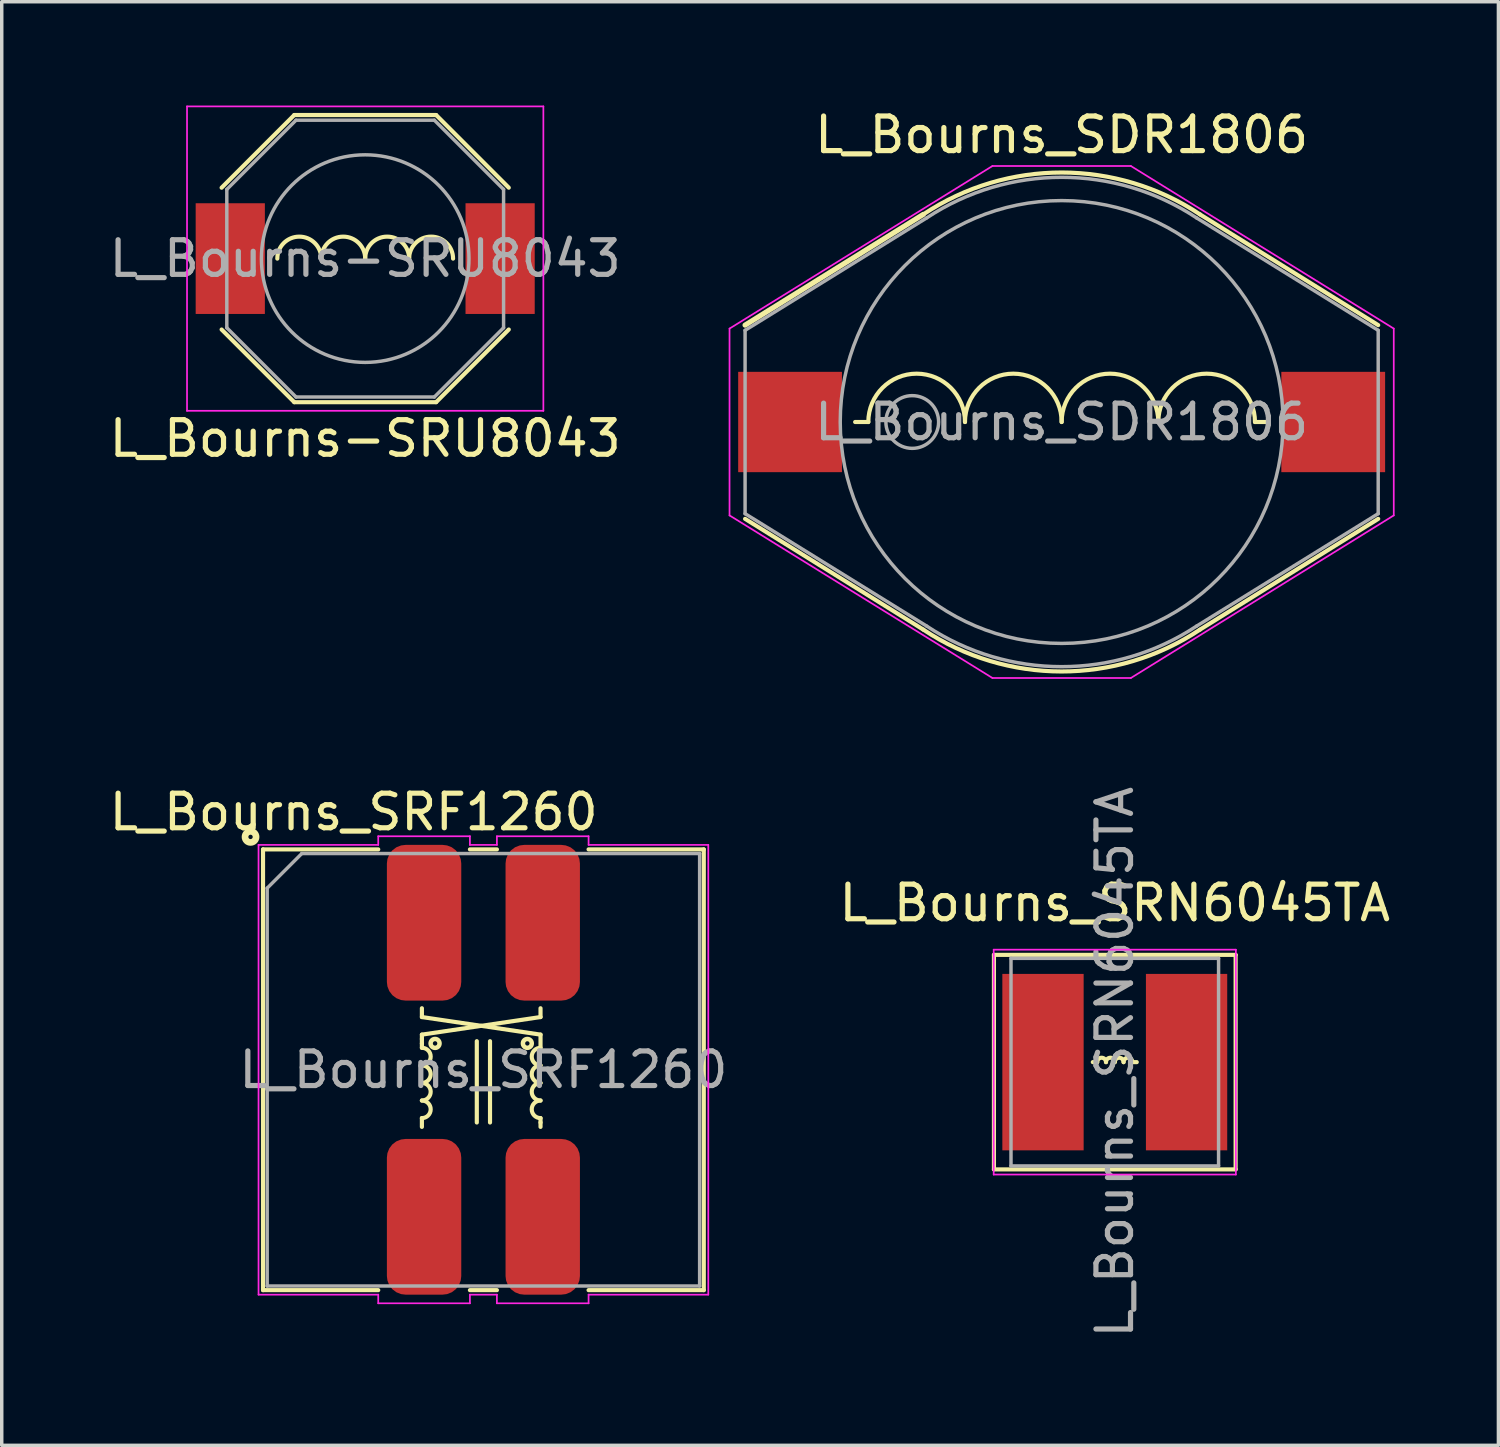
<source format=kicad_pcb>
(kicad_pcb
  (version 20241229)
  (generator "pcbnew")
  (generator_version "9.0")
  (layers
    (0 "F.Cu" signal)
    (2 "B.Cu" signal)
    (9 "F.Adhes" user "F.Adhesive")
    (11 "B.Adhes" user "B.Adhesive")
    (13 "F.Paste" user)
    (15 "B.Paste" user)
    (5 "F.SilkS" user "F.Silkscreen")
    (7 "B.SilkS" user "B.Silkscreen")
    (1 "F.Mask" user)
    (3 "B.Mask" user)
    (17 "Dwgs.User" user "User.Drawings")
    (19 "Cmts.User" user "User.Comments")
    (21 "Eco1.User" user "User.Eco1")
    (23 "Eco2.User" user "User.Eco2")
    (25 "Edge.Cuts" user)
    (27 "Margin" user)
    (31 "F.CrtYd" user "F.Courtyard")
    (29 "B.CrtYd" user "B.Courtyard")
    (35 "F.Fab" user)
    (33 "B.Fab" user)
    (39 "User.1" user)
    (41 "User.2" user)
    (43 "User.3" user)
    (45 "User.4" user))
  (footprint "L_Bourns_SDR1806"
    (layer "F.Cu")
    (at 27.637 9.148)
    (property "Reference" "L_Bourns_SDR1806" (at 0 -8.3 0) (layer "F.SilkS") (effects (font (size 1 1) (thickness 0.15))))
    (attr smd)
    (fp_line (start -9.15 -2.8) (end -4 -6) (stroke (width 0.15) (type solid)) (layer "F.SilkS"))
    (fp_line (start -5.588 0) (end -5.969 0) (stroke (width 0.12) (type solid)) (layer "F.SilkS"))
    (fp_line (start -4 6) (end -9.15 2.8) (stroke (width 0.12) (type solid)) (layer "F.SilkS"))
    (fp_line (start 4 -6) (end 9.15 -2.8) (stroke (width 0.12) (type solid)) (layer "F.SilkS"))
    (fp_line (start 5.588 0) (end 5.969 0) (stroke (width 0.12) (type solid)) (layer "F.SilkS"))
    (fp_line (start 9.15 2.8) (end 4 6) (stroke (width 0.12) (type solid)) (layer "F.SilkS"))
    (fp_arc (start -5.588 0) (mid -4.191 -1.397) (end -2.794 0) (stroke (width 0.12) (type solid)) (layer "F.SilkS"))
    (fp_arc (start -3.991604 -6.005589) (mid 0.005043 -7.211101) (end 4 -6) (stroke (width 0.12) (type solid)) (layer "F.SilkS"))
    (fp_arc (start -2.794 0) (mid -1.397 -1.397) (end 0 0) (stroke (width 0.12) (type solid)) (layer "F.SilkS"))
    (fp_arc (start 0 0) (mid 1.397 -1.397) (end 2.794 0) (stroke (width 0.12) (type solid)) (layer "F.SilkS"))
    (fp_arc (start 2.794 0) (mid 4.191 -1.397) (end 5.588 0) (stroke (width 0.12) (type solid)) (layer "F.SilkS"))
    (fp_arc (start 3.991604 6.005589) (mid -0.005043 7.211101) (end -4 6) (stroke (width 0.12) (type solid)) (layer "F.SilkS"))
    (fp_line (start -9.6 2.7) (end -9.6 -2.7) (stroke (width 0.05) (type solid)) (layer "F.CrtYd"))
    (fp_line (start -9.6 2.7) (end -2 7.4) (stroke (width 0.05) (type solid)) (layer "F.CrtYd"))
    (fp_line (start -2 -7.4) (end -9.6 -2.7) (stroke (width 0.05) (type solid)) (layer "F.CrtYd"))
    (fp_line (start -2 -7.4) (end 2 -7.4) (stroke (width 0.05) (type solid)) (layer "F.CrtYd"))
    (fp_line (start 2 7.4) (end -2 7.4) (stroke (width 0.05) (type solid)) (layer "F.CrtYd"))
    (fp_line (start 2 7.4) (end 9.6 2.7) (stroke (width 0.05) (type solid)) (layer "F.CrtYd"))
    (fp_line (start 9.6 -2.7) (end 2 -7.4) (stroke (width 0.05) (type solid)) (layer "F.CrtYd"))
    (fp_line (start 9.6 -2.7) (end 9.6 2.7) (stroke (width 0.05) (type solid)) (layer "F.CrtYd"))
    (fp_line (start -9.15 -2.65) (end -9.15 2.65) (stroke (width 0.1) (type solid)) (layer "F.Fab"))
    (fp_line (start -9.15 -2.65) (end -3.9 -5.9) (stroke (width 0.1) (type solid)) (layer "F.Fab"))
    (fp_line (start -3.9 5.9) (end -9.15 2.65) (stroke (width 0.1) (type solid)) (layer "F.Fab"))
    (fp_line (start 3.9 -5.9) (end 9.15 -2.65) (stroke (width 0.1) (type solid)) (layer "F.Fab"))
    (fp_line (start 9.15 2.65) (end 3.9 5.9) (stroke (width 0.1) (type solid)) (layer "F.Fab"))
    (fp_line (start 9.15 2.65) (end 9.15 -2.65) (stroke (width 0.1) (type solid)) (layer "F.Fab"))
    (fp_arc (start -3.896832 -5.902093) (mid 0.001898 -7.072482) (end 3.9 -5.9) (stroke (width 0.1) (type solid)) (layer "F.Fab"))
    (fp_arc (start 3.896832 5.902093) (mid -0.001898 7.072482) (end -3.9 5.9) (stroke (width 0.1) (type solid)) (layer "F.Fab"))
    (fp_circle (center -4.318 0) (end -4.318 -0.762) (stroke (width 0.1) (type solid)) (fill no) (layer "F.Fab"))
    (fp_circle (center 0 0) (end 0 -6.4) (stroke (width 0.1) (type solid)) (fill no) (layer "F.Fab"))
    (fp_text user "${REFERENCE}" (at 0 0 0) (layer "F.Fab") (effects (font (size 1 1) (thickness 0.15))))
    (pad "1" smd rect (at -7.85 0) (size 3 2.9) (layers "F.Cu" "F.Mask" "F.Paste"))
    (pad "2" smd rect (at 7.85 0 180) (size 3 2.9) (layers "F.Cu" "F.Mask" "F.Paste")))
  (footprint "L_Bourns_SRF1260"
    (layer "F.Cu")
    (at 10.923 27.872)
    (property "Reference" "L_Bourns_SRF1260" (at -3.75 -7.45 0) (layer "F.SilkS") (effects (font (size 1 1) (thickness 0.15))))
    (attr smd)
    (fp_line (start -6.37 -6.37) (end -6.37 6.37) (stroke (width 0.12) (type solid)) (layer "F.SilkS"))
    (fp_line (start -6.37 -6.37) (end -3.04 -6.37) (stroke (width 0.12) (type solid)) (layer "F.SilkS"))
    (fp_line (start -6.37 6.37) (end -3.04 6.37) (stroke (width 0.12) (type solid)) (layer "F.SilkS"))
    (fp_line (start -1.778 -1.778) (end -1.778 -1.524) (stroke (width 0.12) (type solid)) (layer "F.SilkS"))
    (fp_line (start -1.778 -1.524) (end 1.651 -1.016) (stroke (width 0.12) (type solid)) (layer "F.SilkS"))
    (fp_line (start -1.778 -1.016) (end 1.651 -1.524) (stroke (width 0.12) (type solid)) (layer "F.SilkS"))
    (fp_line (start -1.778 -0.889) (end -1.778 -1.016) (stroke (width 0.12) (type solid)) (layer "F.SilkS"))
    (fp_line (start -1.778 -0.762) (end -1.778 -0.889) (stroke (width 0.12) (type solid)) (layer "F.SilkS"))
    (fp_line (start -1.778 -0.635) (end -1.778 -0.762) (stroke (width 0.12) (type solid)) (layer "F.SilkS"))
    (fp_line (start -1.778 1.397) (end -1.778 1.651) (stroke (width 0.12) (type solid)) (layer "F.SilkS"))
    (fp_line (start -0.39 -6.37) (end 0.39 -6.37) (stroke (width 0.12) (type solid)) (layer "F.SilkS"))
    (fp_line (start -0.39 6.37) (end 0.39 6.37) (stroke (width 0.12) (type solid)) (layer "F.SilkS"))
    (fp_line (start -0.191 -0.826) (end -0.191 1.524) (stroke (width 0.12) (type solid)) (layer "F.SilkS"))
    (fp_line (start 0.191 -0.826) (end 0.191 1.524) (stroke (width 0.12) (type solid)) (layer "F.SilkS"))
    (fp_line (start 1.651 -1.778) (end 1.651 -1.524) (stroke (width 0.12) (type solid)) (layer "F.SilkS"))
    (fp_line (start 1.651 -0.635) (end 1.651 -1.016) (stroke (width 0.12) (type solid)) (layer "F.SilkS"))
    (fp_line (start 1.651 1.397) (end 1.651 1.524) (stroke (width 0.12) (type solid)) (layer "F.SilkS"))
    (fp_line (start 1.651 1.524) (end 1.651 1.651) (stroke (width 0.12) (type solid)) (layer "F.SilkS"))
    (fp_line (start 3.04 -6.37) (end 6.37 -6.37) (stroke (width 0.12) (type solid)) (layer "F.SilkS"))
    (fp_line (start 3.04 6.37) (end 6.37 6.37) (stroke (width 0.12) (type solid)) (layer "F.SilkS"))
    (fp_line (start 6.37 -6.37) (end 6.37 6.37) (stroke (width 0.12) (type solid)) (layer "F.SilkS"))
    (fp_arc (start -1.778 -0.635) (mid -1.524 -0.381) (end -1.778 -0.127) (stroke (width 0.12) (type solid)) (layer "F.SilkS"))
    (fp_arc (start -1.778 -0.127) (mid -1.524 0.127) (end -1.778 0.381) (stroke (width 0.12) (type solid)) (layer "F.SilkS"))
    (fp_arc (start -1.778 0.381) (mid -1.524 0.635) (end -1.778 0.889) (stroke (width 0.12) (type solid)) (layer "F.SilkS"))
    (fp_arc (start -1.778 0.889) (mid -1.524 1.143) (end -1.778 1.397) (stroke (width 0.12) (type solid)) (layer "F.SilkS"))
    (fp_arc (start 1.651 -0.127) (mid 1.397 -0.381) (end 1.651 -0.635) (stroke (width 0.12) (type solid)) (layer "F.SilkS"))
    (fp_arc (start 1.651 0.381) (mid 1.397 0.127) (end 1.651 -0.127) (stroke (width 0.12) (type solid)) (layer "F.SilkS"))
    (fp_arc (start 1.651 0.889) (mid 1.397 0.635) (end 1.651 0.381) (stroke (width 0.12) (type solid)) (layer "F.SilkS"))
    (fp_arc (start 1.651 1.397) (mid 1.397 1.143) (end 1.651 0.889) (stroke (width 0.12) (type solid)) (layer "F.SilkS"))
    (fp_circle (center -6.731 -6.731) (end -6.668 -6.731) (stroke (width 0.13) (type solid)) (fill no) (layer "F.SilkS"))
    (fp_circle (center -6.731 -6.731) (end -6.54 -6.731) (stroke (width 0.13) (type solid)) (fill no) (layer "F.SilkS"))
    (fp_circle (center -1.397 -0.762) (end -1.333 -0.762) (stroke (width 0.13) (type solid)) (fill no) (layer "F.SilkS"))
    (fp_circle (center 1.27 -0.762) (end 1.333 -0.762) (stroke (width 0.13) (type solid)) (fill no) (layer "F.SilkS"))
    (fp_line (start -6.5 -6.5) (end -6.5 6.5) (stroke (width 0.05) (type solid)) (layer "F.CrtYd"))
    (fp_line (start -6.5 -6.5) (end -3.04 -6.5) (stroke (width 0.05) (type solid)) (layer "F.CrtYd"))
    (fp_line (start -6.5 6.5) (end -3.04 6.5) (stroke (width 0.05) (type solid)) (layer "F.CrtYd"))
    (fp_line (start -3.04 -6.75) (end -0.39 -6.75) (stroke (width 0.05) (type solid)) (layer "F.CrtYd"))
    (fp_line (start -3.04 -6.5) (end -3.04 -6.75) (stroke (width 0.05) (type solid)) (layer "F.CrtYd"))
    (fp_line (start -3.04 6.5) (end -3.04 6.75) (stroke (width 0.05) (type solid)) (layer "F.CrtYd"))
    (fp_line (start -3.04 6.75) (end -0.39 6.75) (stroke (width 0.05) (type solid)) (layer "F.CrtYd"))
    (fp_line (start -0.39 -6.75) (end -0.39 -6.5) (stroke (width 0.05) (type solid)) (layer "F.CrtYd"))
    (fp_line (start -0.39 -6.5) (end 0.39 -6.5) (stroke (width 0.05) (type solid)) (layer "F.CrtYd"))
    (fp_line (start -0.39 6.5) (end 0.39 6.5) (stroke (width 0.05) (type solid)) (layer "F.CrtYd"))
    (fp_line (start -0.39 6.75) (end -0.39 6.5) (stroke (width 0.05) (type solid)) (layer "F.CrtYd"))
    (fp_line (start 0.39 -6.75) (end 3.04 -6.75) (stroke (width 0.05) (type solid)) (layer "F.CrtYd"))
    (fp_line (start 0.39 -6.5) (end 0.39 -6.75) (stroke (width 0.05) (type solid)) (layer "F.CrtYd"))
    (fp_line (start 0.39 6.5) (end 0.39 6.75) (stroke (width 0.05) (type solid)) (layer "F.CrtYd"))
    (fp_line (start 0.39 6.75) (end 3.04 6.75) (stroke (width 0.05) (type solid)) (layer "F.CrtYd"))
    (fp_line (start 3.04 -6.75) (end 3.04 -6.5) (stroke (width 0.05) (type solid)) (layer "F.CrtYd"))
    (fp_line (start 3.04 -6.5) (end 6.5 -6.5) (stroke (width 0.05) (type solid)) (layer "F.CrtYd"))
    (fp_line (start 3.04 6.5) (end 6.5 6.5) (stroke (width 0.05) (type solid)) (layer "F.CrtYd"))
    (fp_line (start 3.04 6.75) (end 3.04 6.5) (stroke (width 0.05) (type solid)) (layer "F.CrtYd"))
    (fp_line (start 6.5 -6.5) (end 6.5 6.5) (stroke (width 0.05) (type solid)) (layer "F.CrtYd"))
    (fp_line (start -6.25 -5.25) (end -5.25 -6.25) (stroke (width 0.1) (type solid)) (layer "F.Fab"))
    (fp_line (start -6.25 6.25) (end -6.25 -5.25) (stroke (width 0.1) (type solid)) (layer "F.Fab"))
    (fp_line (start -5.25 -6.25) (end 6.25 -6.25) (stroke (width 0.1) (type solid)) (layer "F.Fab"))
    (fp_line (start 6.25 -6.25) (end 6.25 6.25) (stroke (width 0.1) (type solid)) (layer "F.Fab"))
    (fp_line (start 6.25 6.25) (end -6.25 6.25) (stroke (width 0.1) (type solid)) (layer "F.Fab"))
    (fp_text user "${REFERENCE}" (at 0 0 0) (layer "F.Fab") (effects (font (size 1 1) (thickness 0.15))))
    (pad "1" smd roundrect (at -1.715 -4.25) (size 2.15 4.5) (layers "F.Cu" "F.Mask" "F.Paste") (roundrect_rratio 0.25))
    (pad "2" smd roundrect (at 1.715 -4.25) (size 2.15 4.5) (layers "F.Cu" "F.Mask" "F.Paste") (roundrect_rratio 0.25))
    (pad "3" smd roundrect (at 1.715 4.25) (size 2.15 4.5) (layers "F.Cu" "F.Mask" "F.Paste") (roundrect_rratio 0.25))
    (pad "4" smd roundrect (at -1.715 4.25) (size 2.15 4.5) (layers "F.Cu" "F.Mask" "F.Paste") (roundrect_rratio 0.25)))
  (footprint "L_Bourns_SRN6045TA"
    (layer "F.Cu")
    (at 29.173 27.651)
    (property "Reference" "L_Bourns_SRN6045TA" (at 0 -4.6 0) (layer "F.SilkS") (effects (font (size 1 1) (thickness 0.15))))
    (attr smd)
    (fp_line (start -3.493 -3.1) (end 3.493 -3.1) (stroke (width 0.12) (type solid)) (layer "F.SilkS"))
    (fp_line (start -3.493 3.1) (end -3.493 -3.1) (stroke (width 0.12) (type solid)) (layer "F.SilkS"))
    (fp_line (start -0.508 0) (end -0.635 0) (stroke (width 0.12) (type solid)) (layer "F.SilkS"))
    (fp_line (start 0.508 0) (end 0.635 0) (stroke (width 0.12) (type solid)) (layer "F.SilkS"))
    (fp_line (start 3.493 -3.1) (end 3.493 3.1) (stroke (width 0.12) (type solid)) (layer "F.SilkS"))
    (fp_line (start 3.493 3.1) (end -3.493 3.1) (stroke (width 0.12) (type solid)) (layer "F.SilkS"))
    (fp_arc (start -0.508 0) (mid -0.381 -0.127) (end -0.254 0) (stroke (width 0.12) (type solid)) (layer "F.SilkS"))
    (fp_arc (start -0.254 0) (mid -0.127 -0.127) (end 0 0) (stroke (width 0.12) (type solid)) (layer "F.SilkS"))
    (fp_arc (start 0 0) (mid 0.127 -0.127) (end 0.254 0) (stroke (width 0.12) (type solid)) (layer "F.SilkS"))
    (fp_arc (start 0.254 0) (mid 0.381 -0.127) (end 0.508 0) (stroke (width 0.12) (type solid)) (layer "F.SilkS"))
    (fp_line (start -3.5 -3.25) (end -3.5 3.25) (stroke (width 0.05) (type solid)) (layer "F.CrtYd"))
    (fp_line (start -3.5 3.25) (end 3.5 3.25) (stroke (width 0.05) (type solid)) (layer "F.CrtYd"))
    (fp_line (start 3.5 -3.25) (end -3.5 -3.25) (stroke (width 0.05) (type solid)) (layer "F.CrtYd"))
    (fp_line (start 3.5 3.25) (end 3.5 -3.25) (stroke (width 0.05) (type solid)) (layer "F.CrtYd"))
    (fp_line (start -3 -3) (end -3 3) (stroke (width 0.1) (type solid)) (layer "F.Fab"))
    (fp_line (start -3 -3) (end 3 -3) (stroke (width 0.1) (type solid)) (layer "F.Fab"))
    (fp_line (start -3 3) (end 3 3) (stroke (width 0.1) (type solid)) (layer "F.Fab"))
    (fp_line (start 3 3) (end 3 -3) (stroke (width 0.1) (type solid)) (layer "F.Fab"))
    (fp_text user "${REFERENCE}" (at 0 0 90) (layer "F.Fab") (effects (font (size 1 1) (thickness 0.15))))
    (pad "1" smd rect (at -2.075 0) (size 2.35 5.1) (layers "F.Cu" "F.Mask" "F.Paste"))
    (pad "2" smd rect (at 2.075 0) (size 2.35 5.1) (layers "F.Cu" "F.Mask" "F.Paste")))
  (footprint "L_Bourns-SRU8043"
    (layer "F.Cu")
    (at 7.506 4.425)
    (property "Reference" "L_Bourns-SRU8043" (at 0 5.2 0) (layer "F.SilkS") (effects (font (size 1 1) (thickness 0.15))))
    (attr smd)
    (fp_line (start -2.05 -4.15) (end -4.15 -2.05) (stroke (width 0.12) (type solid)) (layer "F.SilkS"))
    (fp_line (start -2.05 -4.15) (end 2.05 -4.15) (stroke (width 0.12) (type solid)) (layer "F.SilkS"))
    (fp_line (start -2.05 4.15) (end -4.15 2.05) (stroke (width 0.12) (type solid)) (layer "F.SilkS"))
    (fp_line (start 2.05 -4.15) (end 4.15 -2.05) (stroke (width 0.12) (type solid)) (layer "F.SilkS"))
    (fp_line (start 2.05 4.15) (end -2.05 4.15) (stroke (width 0.12) (type solid)) (layer "F.SilkS"))
    (fp_line (start 2.05 4.15) (end 4.15 2.05) (stroke (width 0.12) (type solid)) (layer "F.SilkS"))
    (fp_arc (start -2.54 0) (mid -1.905 -0.635) (end -1.27 0) (stroke (width 0.12) (type solid)) (layer "F.SilkS"))
    (fp_arc (start -1.27 0) (mid -0.635 -0.635) (end 0 0) (stroke (width 0.12) (type solid)) (layer "F.SilkS"))
    (fp_arc (start 0 0) (mid 0.635 -0.635) (end 1.27 0) (stroke (width 0.12) (type solid)) (layer "F.SilkS"))
    (fp_arc (start 1.27 0) (mid 1.905 -0.635) (end 2.54 0) (stroke (width 0.12) (type solid)) (layer "F.SilkS"))
    (fp_line (start -5.15 -4.4) (end 5.15 -4.4) (stroke (width 0.05) (type solid)) (layer "F.CrtYd"))
    (fp_line (start -5.15 4.4) (end -5.15 -4.4) (stroke (width 0.05) (type solid)) (layer "F.CrtYd"))
    (fp_line (start 5.15 -4.4) (end 5.15 4.4) (stroke (width 0.05) (type solid)) (layer "F.CrtYd"))
    (fp_line (start 5.15 4.4) (end -5.15 4.4) (stroke (width 0.05) (type solid)) (layer "F.CrtYd"))
    (fp_line (start -4 -2) (end -2 -4) (stroke (width 0.1) (type solid)) (layer "F.Fab"))
    (fp_line (start -4 2) (end -4 -2) (stroke (width 0.1) (type solid)) (layer "F.Fab"))
    (fp_line (start -2 -4) (end 2 -4) (stroke (width 0.1) (type solid)) (layer "F.Fab"))
    (fp_line (start -2 4) (end -4 2) (stroke (width 0.1) (type solid)) (layer "F.Fab"))
    (fp_line (start 2 -4) (end 4 -2) (stroke (width 0.1) (type solid)) (layer "F.Fab"))
    (fp_line (start 2 4) (end -2 4) (stroke (width 0.1) (type solid)) (layer "F.Fab"))
    (fp_line (start 4 -2) (end 4 2) (stroke (width 0.1) (type solid)) (layer "F.Fab"))
    (fp_line (start 4 2) (end 2 4) (stroke (width 0.1) (type solid)) (layer "F.Fab"))
    (fp_circle (center 0 0) (end 0 -3) (stroke (width 0.1) (type solid)) (fill no) (layer "F.Fab"))
    (fp_text user "${REFERENCE}" (at 0 0 0) (layer "F.Fab") (effects (font (size 1 1) (thickness 0.15))))
    (pad "1" smd rect (at -3.9 0) (size 2 3.2) (layers "F.Cu" "F.Mask" "F.Paste"))
    (pad "2" smd rect (at 3.9 0) (size 2 3.2) (layers "F.Cu" "F.Mask" "F.Paste")))
  (gr_rect
    (start -3 -3)
    (end 40.262 38.728)
    (stroke (width 0.1) (type default))
    (fill no)
    (layer "Edge.Cuts")))
</source>
